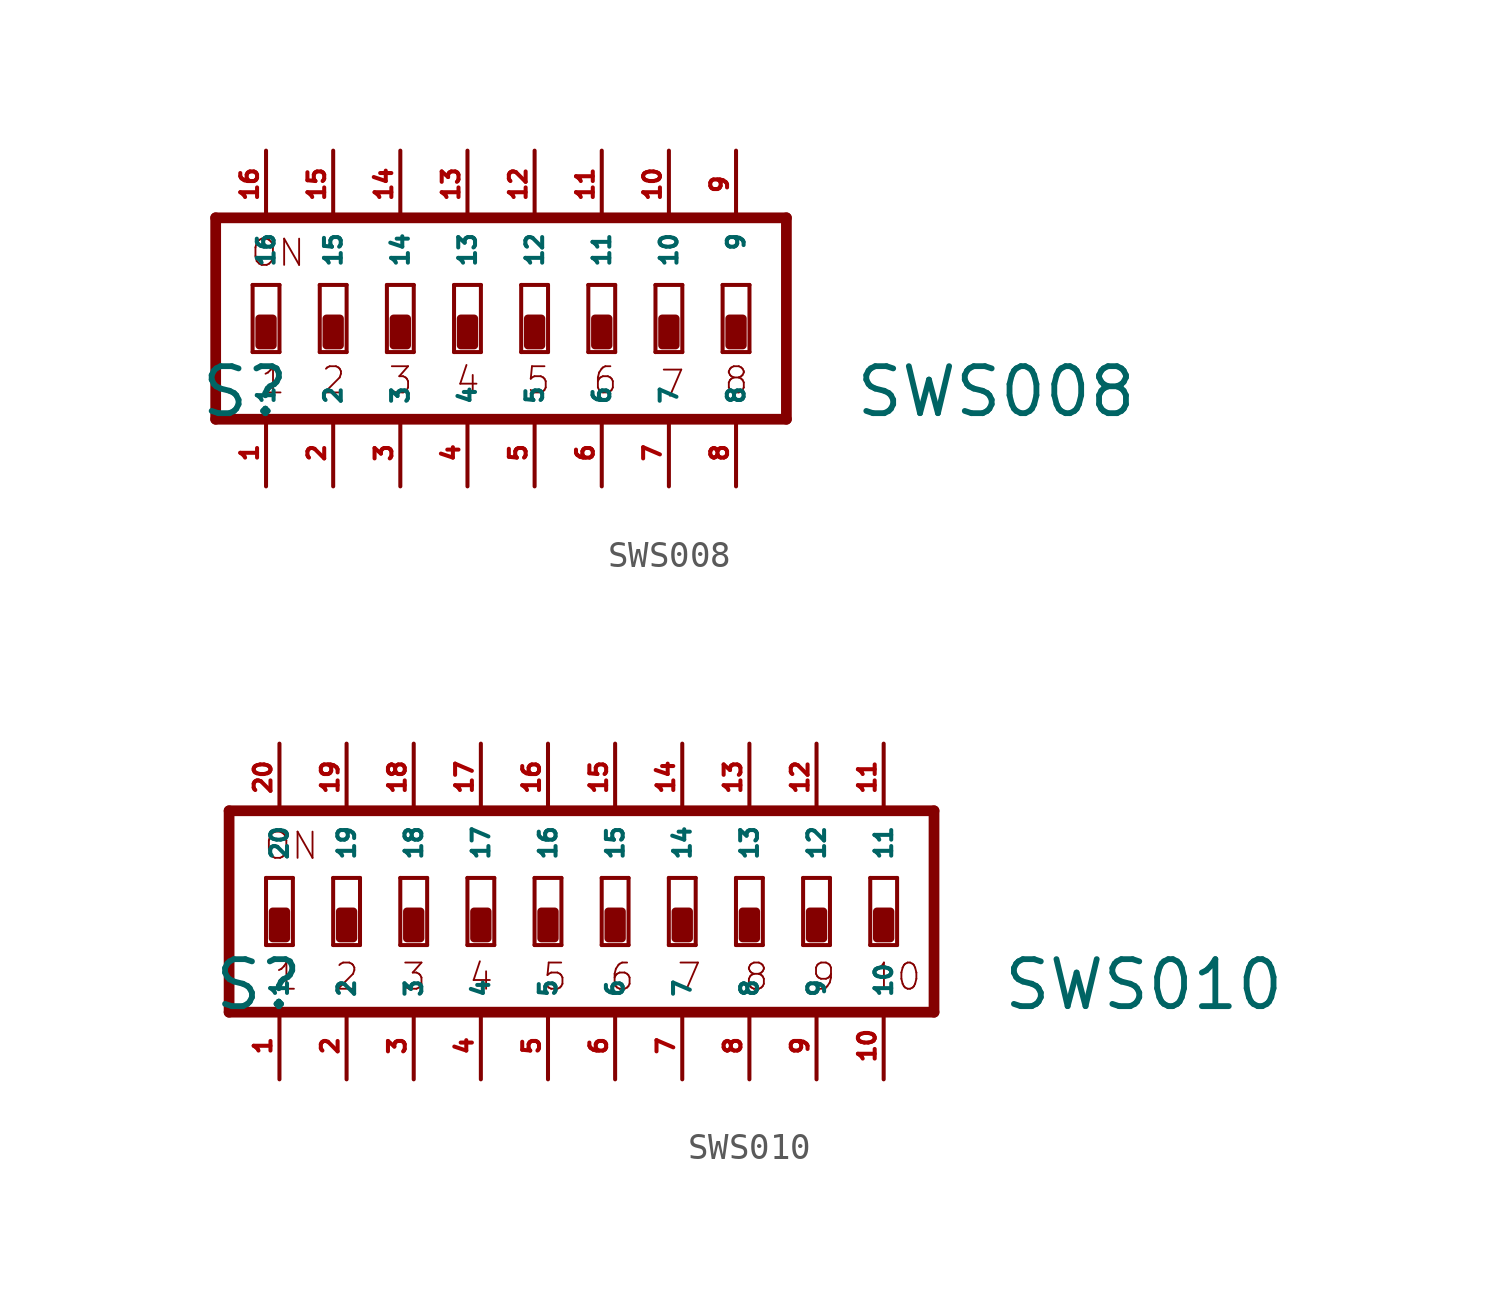
<source format=kicad_sym>
(kicad_symbol_lib
  (version 20220914)
  (generator Eagle2Kicad)
  (symbol "SWS008"
    (property "Reference" "S"
      (at -10.16 -2.54 0)
      (effects (font (size 1.778 1.778) (thickness 0.22)) (justify left bottom)))
    (property "Value" "SWS008"
      (at 14.605 -2.54 0)
      (effects (font (size 1.778 1.778) (thickness 0.22)) (justify left bottom)))
    (polyline
      (pts (xy 10.668 0) (xy 9.652 0))
      (stroke (width 0.152) (type default))
      (fill (type none)))
    (polyline
      (pts (xy 9.652 2.54) (xy 10.668 2.54))
      (stroke (width 0.152) (type default))
      (fill (type none)))
    (polyline
      (pts (xy 10.668 2.54) (xy 10.668 0))
      (stroke (width 0.152) (type default))
      (fill (type none)))
    (polyline
      (pts (xy 9.652 0) (xy 9.652 2.54))
      (stroke (width 0.152) (type default))
      (fill (type none)))
    (polyline
      (pts (xy 8.128 0) (xy 7.112 0))
      (stroke (width 0.152) (type default))
      (fill (type none)))
    (polyline
      (pts (xy 7.112 2.54) (xy 8.128 2.54))
      (stroke (width 0.152) (type default))
      (fill (type none)))
    (polyline
      (pts (xy 8.128 2.54) (xy 8.128 0))
      (stroke (width 0.152) (type default))
      (fill (type none)))
    (polyline
      (pts (xy 7.112 0) (xy 7.112 2.54))
      (stroke (width 0.152) (type default))
      (fill (type none)))
    (polyline
      (pts (xy 5.588 0) (xy 4.572 0))
      (stroke (width 0.152) (type default))
      (fill (type none)))
    (polyline
      (pts (xy 4.572 2.54) (xy 5.588 2.54))
      (stroke (width 0.152) (type default))
      (fill (type none)))
    (polyline
      (pts (xy 5.588 2.54) (xy 5.588 0))
      (stroke (width 0.152) (type default))
      (fill (type none)))
    (polyline
      (pts (xy 4.572 0) (xy 4.572 2.54))
      (stroke (width 0.152) (type default))
      (fill (type none)))
    (polyline
      (pts (xy 3.048 0) (xy 2.032 0))
      (stroke (width 0.152) (type default))
      (fill (type none)))
    (polyline
      (pts (xy 2.032 2.54) (xy 3.048 2.54))
      (stroke (width 0.152) (type default))
      (fill (type none)))
    (polyline
      (pts (xy 3.048 2.54) (xy 3.048 0))
      (stroke (width 0.152) (type default))
      (fill (type none)))
    (polyline
      (pts (xy 2.032 0) (xy 2.032 2.54))
      (stroke (width 0.152) (type default))
      (fill (type none)))
    (polyline
      (pts (xy 0.508 0) (xy -0.508 0))
      (stroke (width 0.152) (type default))
      (fill (type none)))
    (polyline
      (pts (xy -0.508 2.54) (xy 0.508 2.54))
      (stroke (width 0.152) (type default))
      (fill (type none)))
    (polyline
      (pts (xy 0.508 2.54) (xy 0.508 0))
      (stroke (width 0.152) (type default))
      (fill (type none)))
    (polyline
      (pts (xy -0.508 0) (xy -0.508 2.54))
      (stroke (width 0.152) (type default))
      (fill (type none)))
    (polyline
      (pts (xy -2.032 0) (xy -3.048 0))
      (stroke (width 0.152) (type default))
      (fill (type none)))
    (polyline
      (pts (xy -3.048 2.54) (xy -2.032 2.54))
      (stroke (width 0.152) (type default))
      (fill (type none)))
    (polyline
      (pts (xy -2.032 2.54) (xy -2.032 0))
      (stroke (width 0.152) (type default))
      (fill (type none)))
    (polyline
      (pts (xy -3.048 0) (xy -3.048 2.54))
      (stroke (width 0.152) (type default))
      (fill (type none)))
    (polyline
      (pts (xy -4.572 0) (xy -5.588 0))
      (stroke (width 0.152) (type default))
      (fill (type none)))
    (polyline
      (pts (xy -5.588 2.54) (xy -4.572 2.54))
      (stroke (width 0.152) (type default))
      (fill (type none)))
    (polyline
      (pts (xy -4.572 2.54) (xy -4.572 0))
      (stroke (width 0.152) (type default))
      (fill (type none)))
    (polyline
      (pts (xy -5.588 0) (xy -5.588 2.54))
      (stroke (width 0.152) (type default))
      (fill (type none)))
    (polyline
      (pts (xy -7.112 0) (xy -8.128 0))
      (stroke (width 0.152) (type default))
      (fill (type none)))
    (polyline
      (pts (xy -8.128 2.54) (xy -7.112 2.54))
      (stroke (width 0.152) (type default))
      (fill (type none)))
    (polyline
      (pts (xy -7.112 2.54) (xy -7.112 0))
      (stroke (width 0.152) (type default))
      (fill (type none)))
    (polyline
      (pts (xy -8.128 0) (xy -8.128 2.54))
      (stroke (width 0.152) (type default))
      (fill (type none)))
    (polyline
      (pts (xy 12.065 5.08) (xy -9.525 5.08))
      (stroke (width 0.406) (type default))
      (fill (type none)))
    (polyline
      (pts (xy -9.525 5.08) (xy -9.525 -2.54))
      (stroke (width 0.406) (type default))
      (fill (type none)))
    (polyline
      (pts (xy -9.525 -2.54) (xy 12.065 -2.54))
      (stroke (width 0.406) (type default))
      (fill (type none)))
    (polyline
      (pts (xy 12.065 -2.54) (xy 12.065 5.08))
      (stroke (width 0.406) (type default))
      (fill (type none)))
    (text "ON"
      (at -8.255 3.175 0)
      (effects (font (size 0.991 0.991) (thickness 0.07)) (justify left bottom)))
    (text "1"
      (at -7.874 -1.651 0)
      (effects (font (size 0.991 0.991) (thickness 0.07)) (justify left bottom)))
    (text "2"
      (at -5.588 -1.651 0)
      (effects (font (size 0.991 0.991) (thickness 0.07)) (justify left bottom)))
    (text "3"
      (at -3.048 -1.651 0)
      (effects (font (size 0.991 0.991) (thickness 0.07)) (justify left bottom)))
    (text "4"
      (at -0.508 -1.651 0)
      (effects (font (size 0.991 0.991) (thickness 0.07)) (justify left bottom)))
    (text "5"
      (at 2.159 -1.651 0)
      (effects (font (size 0.991 0.991) (thickness 0.07)) (justify left bottom)))
    (text "6"
      (at 4.699 -1.651 0)
      (effects (font (size 0.991 0.991) (thickness 0.07)) (justify left bottom)))
    (text "7"
      (at 7.239 -1.778 0)
      (effects (font (size 0.991 0.991) (thickness 0.07)) (justify left bottom)))
    (text "8"
      (at 9.652 -1.651 0)
      (effects (font (size 0.991 0.991) (thickness 0.07)) (justify left bottom)))
    (rectangle
      (start -7.874 0.254)
      (end -7.366 1.27)
      (stroke (width 0.3) (type default))
      (fill (type outline)))
    (rectangle
      (start -5.334 0.254)
      (end -4.826 1.27)
      (stroke (width 0.3) (type default))
      (fill (type outline)))
    (rectangle
      (start -2.794 0.254)
      (end -2.286 1.27)
      (stroke (width 0.3) (type default))
      (fill (type outline)))
    (rectangle
      (start -0.254 0.254)
      (end 0.254 1.27)
      (stroke (width 0.3) (type default))
      (fill (type outline)))
    (rectangle
      (start 2.286 0.254)
      (end 2.794 1.27)
      (stroke (width 0.3) (type default))
      (fill (type outline)))
    (rectangle
      (start 4.826 0.254)
      (end 5.334 1.27)
      (stroke (width 0.3) (type default))
      (fill (type outline)))
    (rectangle
      (start 7.366 0.254)
      (end 7.874 1.27)
      (stroke (width 0.3) (type default))
      (fill (type outline)))
    (rectangle
      (start 9.906 0.254)
      (end 10.414 1.27)
      (stroke (width 0.3) (type default))
      (fill (type outline)))
    (pin passive line
      (at 10.16 7.62 270)
      (length 2.54)
      (name "9" (effects (font (size 0.635 0.635) (thickness 0.08)) (justify left bottom)))
      (number "9" (effects (font (size 0.635 0.635) (thickness 0.08)) (justify left bottom))))
    (pin passive line
      (at 7.62 7.62 270)
      (length 2.54)
      (name "10" (effects (font (size 0.635 0.635) (thickness 0.08)) (justify left bottom)))
      (number "10" (effects (font (size 0.635 0.635) (thickness 0.08)) (justify left bottom))))
    (pin passive line
      (at 5.08 7.62 270)
      (length 2.54)
      (name "11" (effects (font (size 0.635 0.635) (thickness 0.08)) (justify left bottom)))
      (number "11" (effects (font (size 0.635 0.635) (thickness 0.08)) (justify left bottom))))
    (pin passive line
      (at 2.54 7.62 270)
      (length 2.54)
      (name "12" (effects (font (size 0.635 0.635) (thickness 0.08)) (justify left bottom)))
      (number "12" (effects (font (size 0.635 0.635) (thickness 0.08)) (justify left bottom))))
    (pin passive line
      (at 0 7.62 270)
      (length 2.54)
      (name "13" (effects (font (size 0.635 0.635) (thickness 0.08)) (justify left bottom)))
      (number "13" (effects (font (size 0.635 0.635) (thickness 0.08)) (justify left bottom))))
    (pin passive line
      (at -2.54 7.62 270)
      (length 2.54)
      (name "14" (effects (font (size 0.635 0.635) (thickness 0.08)) (justify left bottom)))
      (number "14" (effects (font (size 0.635 0.635) (thickness 0.08)) (justify left bottom))))
    (pin passive line
      (at -5.08 7.62 270)
      (length 2.54)
      (name "15" (effects (font (size 0.635 0.635) (thickness 0.08)) (justify left bottom)))
      (number "15" (effects (font (size 0.635 0.635) (thickness 0.08)) (justify left bottom))))
    (pin passive line
      (at -7.62 7.62 270)
      (length 2.54)
      (name "16" (effects (font (size 0.635 0.635) (thickness 0.08)) (justify left bottom)))
      (number "16" (effects (font (size 0.635 0.635) (thickness 0.08)) (justify left bottom))))
    (pin passive line
      (at -7.62 -5.08 90)
      (length 2.54)
      (name "1" (effects (font (size 0.635 0.635) (thickness 0.08)) (justify left bottom)))
      (number "1" (effects (font (size 0.635 0.635) (thickness 0.08)) (justify left bottom))))
    (pin passive line
      (at -5.08 -5.08 90)
      (length 2.54)
      (name "2" (effects (font (size 0.635 0.635) (thickness 0.08)) (justify left bottom)))
      (number "2" (effects (font (size 0.635 0.635) (thickness 0.08)) (justify left bottom))))
    (pin passive line
      (at -2.54 -5.08 90)
      (length 2.54)
      (name "3" (effects (font (size 0.635 0.635) (thickness 0.08)) (justify left bottom)))
      (number "3" (effects (font (size 0.635 0.635) (thickness 0.08)) (justify left bottom))))
    (pin passive line
      (at 0 -5.08 90)
      (length 2.54)
      (name "4" (effects (font (size 0.635 0.635) (thickness 0.08)) (justify left bottom)))
      (number "4" (effects (font (size 0.635 0.635) (thickness 0.08)) (justify left bottom))))
    (pin passive line
      (at 2.54 -5.08 90)
      (length 2.54)
      (name "5" (effects (font (size 0.635 0.635) (thickness 0.08)) (justify left bottom)))
      (number "5" (effects (font (size 0.635 0.635) (thickness 0.08)) (justify left bottom))))
    (pin passive line
      (at 5.08 -5.08 90)
      (length 2.54)
      (name "6" (effects (font (size 0.635 0.635) (thickness 0.08)) (justify left bottom)))
      (number "6" (effects (font (size 0.635 0.635) (thickness 0.08)) (justify left bottom))))
    (pin passive line
      (at 7.62 -5.08 90)
      (length 2.54)
      (name "7" (effects (font (size 0.635 0.635) (thickness 0.08)) (justify left bottom)))
      (number "7" (effects (font (size 0.635 0.635) (thickness 0.08)) (justify left bottom))))
    (pin passive line
      (at 10.16 -5.08 90)
      (length 2.54)
      (name "8" (effects (font (size 0.635 0.635) (thickness 0.08)) (justify left bottom)))
      (number "8" (effects (font (size 0.635 0.635) (thickness 0.08)) (justify left bottom)))))
  (symbol "SWS010"
    (property "Reference" "S"
      (at -10.16 -2.54 0)
      (effects (font (size 1.778 1.778) (thickness 0.22)) (justify left bottom)))
    (property "Value" "SWS010"
      (at 19.685 -2.54 0)
      (effects (font (size 1.778 1.778) (thickness 0.22)) (justify left bottom)))
    (polyline
      (pts (xy 10.668 0) (xy 9.652 0))
      (stroke (width 0.152) (type default))
      (fill (type none)))
    (polyline
      (pts (xy 9.652 2.54) (xy 10.668 2.54))
      (stroke (width 0.152) (type default))
      (fill (type none)))
    (polyline
      (pts (xy 10.668 2.54) (xy 10.668 0))
      (stroke (width 0.152) (type default))
      (fill (type none)))
    (polyline
      (pts (xy 9.652 0) (xy 9.652 2.54))
      (stroke (width 0.152) (type default))
      (fill (type none)))
    (polyline
      (pts (xy 8.128 0) (xy 7.112 0))
      (stroke (width 0.152) (type default))
      (fill (type none)))
    (polyline
      (pts (xy 7.112 2.54) (xy 8.128 2.54))
      (stroke (width 0.152) (type default))
      (fill (type none)))
    (polyline
      (pts (xy 8.128 2.54) (xy 8.128 0))
      (stroke (width 0.152) (type default))
      (fill (type none)))
    (polyline
      (pts (xy 7.112 0) (xy 7.112 2.54))
      (stroke (width 0.152) (type default))
      (fill (type none)))
    (polyline
      (pts (xy 5.588 0) (xy 4.572 0))
      (stroke (width 0.152) (type default))
      (fill (type none)))
    (polyline
      (pts (xy 4.572 2.54) (xy 5.588 2.54))
      (stroke (width 0.152) (type default))
      (fill (type none)))
    (polyline
      (pts (xy 5.588 2.54) (xy 5.588 0))
      (stroke (width 0.152) (type default))
      (fill (type none)))
    (polyline
      (pts (xy 4.572 0) (xy 4.572 2.54))
      (stroke (width 0.152) (type default))
      (fill (type none)))
    (polyline
      (pts (xy 3.048 0) (xy 2.032 0))
      (stroke (width 0.152) (type default))
      (fill (type none)))
    (polyline
      (pts (xy 2.032 2.54) (xy 3.048 2.54))
      (stroke (width 0.152) (type default))
      (fill (type none)))
    (polyline
      (pts (xy 3.048 2.54) (xy 3.048 0))
      (stroke (width 0.152) (type default))
      (fill (type none)))
    (polyline
      (pts (xy 2.032 0) (xy 2.032 2.54))
      (stroke (width 0.152) (type default))
      (fill (type none)))
    (polyline
      (pts (xy 0.508 0) (xy -0.508 0))
      (stroke (width 0.152) (type default))
      (fill (type none)))
    (polyline
      (pts (xy -0.508 2.54) (xy 0.508 2.54))
      (stroke (width 0.152) (type default))
      (fill (type none)))
    (polyline
      (pts (xy 0.508 2.54) (xy 0.508 0))
      (stroke (width 0.152) (type default))
      (fill (type none)))
    (polyline
      (pts (xy -0.508 0) (xy -0.508 2.54))
      (stroke (width 0.152) (type default))
      (fill (type none)))
    (polyline
      (pts (xy -2.032 0) (xy -3.048 0))
      (stroke (width 0.152) (type default))
      (fill (type none)))
    (polyline
      (pts (xy -3.048 2.54) (xy -2.032 2.54))
      (stroke (width 0.152) (type default))
      (fill (type none)))
    (polyline
      (pts (xy -2.032 2.54) (xy -2.032 0))
      (stroke (width 0.152) (type default))
      (fill (type none)))
    (polyline
      (pts (xy -3.048 0) (xy -3.048 2.54))
      (stroke (width 0.152) (type default))
      (fill (type none)))
    (polyline
      (pts (xy -4.572 0) (xy -5.588 0))
      (stroke (width 0.152) (type default))
      (fill (type none)))
    (polyline
      (pts (xy -5.588 2.54) (xy -4.572 2.54))
      (stroke (width 0.152) (type default))
      (fill (type none)))
    (polyline
      (pts (xy -4.572 2.54) (xy -4.572 0))
      (stroke (width 0.152) (type default))
      (fill (type none)))
    (polyline
      (pts (xy -5.588 0) (xy -5.588 2.54))
      (stroke (width 0.152) (type default))
      (fill (type none)))
    (polyline
      (pts (xy -7.112 0) (xy -8.128 0))
      (stroke (width 0.152) (type default))
      (fill (type none)))
    (polyline
      (pts (xy -8.128 2.54) (xy -7.112 2.54))
      (stroke (width 0.152) (type default))
      (fill (type none)))
    (polyline
      (pts (xy -7.112 2.54) (xy -7.112 0))
      (stroke (width 0.152) (type default))
      (fill (type none)))
    (polyline
      (pts (xy -8.128 0) (xy -8.128 2.54))
      (stroke (width 0.152) (type default))
      (fill (type none)))
    (polyline
      (pts (xy 17.145 5.08) (xy -9.525 5.08))
      (stroke (width 0.406) (type default))
      (fill (type none)))
    (polyline
      (pts (xy -9.525 5.08) (xy -9.525 -2.54))
      (stroke (width 0.406) (type default))
      (fill (type none)))
    (polyline
      (pts (xy -9.525 -2.54) (xy 17.145 -2.54))
      (stroke (width 0.406) (type default))
      (fill (type none)))
    (polyline
      (pts (xy 17.145 -2.54) (xy 17.145 5.08))
      (stroke (width 0.406) (type default))
      (fill (type none)))
    (polyline
      (pts (xy 15.748 0) (xy 14.732 0))
      (stroke (width 0.152) (type default))
      (fill (type none)))
    (polyline
      (pts (xy 14.732 2.54) (xy 15.748 2.54))
      (stroke (width 0.152) (type default))
      (fill (type none)))
    (polyline
      (pts (xy 15.748 2.54) (xy 15.748 0))
      (stroke (width 0.152) (type default))
      (fill (type none)))
    (polyline
      (pts (xy 14.732 0) (xy 14.732 2.54))
      (stroke (width 0.152) (type default))
      (fill (type none)))
    (polyline
      (pts (xy 13.208 0) (xy 12.192 0))
      (stroke (width 0.152) (type default))
      (fill (type none)))
    (polyline
      (pts (xy 12.192 2.54) (xy 13.208 2.54))
      (stroke (width 0.152) (type default))
      (fill (type none)))
    (polyline
      (pts (xy 13.208 2.54) (xy 13.208 0))
      (stroke (width 0.152) (type default))
      (fill (type none)))
    (polyline
      (pts (xy 12.192 0) (xy 12.192 2.54))
      (stroke (width 0.152) (type default))
      (fill (type none)))
    (text "ON"
      (at -8.255 3.175 0)
      (effects (font (size 0.991 0.991) (thickness 0.07)) (justify left bottom)))
    (text "1"
      (at -7.874 -1.778 0)
      (effects (font (size 0.991 0.991) (thickness 0.07)) (justify left bottom)))
    (text "2"
      (at -5.588 -1.778 0)
      (effects (font (size 0.991 0.991) (thickness 0.07)) (justify left bottom)))
    (text "3"
      (at -3.048 -1.778 0)
      (effects (font (size 0.991 0.991) (thickness 0.07)) (justify left bottom)))
    (text "4"
      (at -0.508 -1.778 0)
      (effects (font (size 0.991 0.991) (thickness 0.07)) (justify left bottom)))
    (text "5"
      (at 2.286 -1.778 0)
      (effects (font (size 0.991 0.991) (thickness 0.07)) (justify left bottom)))
    (text "6"
      (at 4.826 -1.778 0)
      (effects (font (size 0.991 0.991) (thickness 0.07)) (justify left bottom)))
    (text "7"
      (at 7.366 -1.778 0)
      (effects (font (size 0.991 0.991) (thickness 0.07)) (justify left bottom)))
    (text "8"
      (at 9.906 -1.778 0)
      (effects (font (size 0.991 0.991) (thickness 0.07)) (justify left bottom)))
    (text "9"
      (at 12.446 -1.778 0)
      (effects (font (size 0.991 0.991) (thickness 0.07)) (justify left bottom)))
    (text "10"
      (at 14.732 -1.778 0)
      (effects (font (size 0.991 0.991) (thickness 0.07)) (justify left bottom)))
    (rectangle
      (start -7.874 0.254)
      (end -7.366 1.27)
      (stroke (width 0.3) (type default))
      (fill (type outline)))
    (rectangle
      (start -5.334 0.254)
      (end -4.826 1.27)
      (stroke (width 0.3) (type default))
      (fill (type outline)))
    (rectangle
      (start -2.794 0.254)
      (end -2.286 1.27)
      (stroke (width 0.3) (type default))
      (fill (type outline)))
    (rectangle
      (start -0.254 0.254)
      (end 0.254 1.27)
      (stroke (width 0.3) (type default))
      (fill (type outline)))
    (rectangle
      (start 2.286 0.254)
      (end 2.794 1.27)
      (stroke (width 0.3) (type default))
      (fill (type outline)))
    (rectangle
      (start 4.826 0.254)
      (end 5.334 1.27)
      (stroke (width 0.3) (type default))
      (fill (type outline)))
    (rectangle
      (start 7.366 0.254)
      (end 7.874 1.27)
      (stroke (width 0.3) (type default))
      (fill (type outline)))
    (rectangle
      (start 9.906 0.254)
      (end 10.414 1.27)
      (stroke (width 0.3) (type default))
      (fill (type outline)))
    (rectangle
      (start 12.446 0.254)
      (end 12.954 1.27)
      (stroke (width 0.3) (type default))
      (fill (type outline)))
    (rectangle
      (start 14.986 0.254)
      (end 15.494 1.27)
      (stroke (width 0.3) (type default))
      (fill (type outline)))
    (pin passive line
      (at 10.16 7.62 270)
      (length 2.54)
      (name "13" (effects (font (size 0.635 0.635) (thickness 0.08)) (justify left bottom)))
      (number "13" (effects (font (size 0.635 0.635) (thickness 0.08)) (justify left bottom))))
    (pin passive line
      (at 7.62 7.62 270)
      (length 2.54)
      (name "14" (effects (font (size 0.635 0.635) (thickness 0.08)) (justify left bottom)))
      (number "14" (effects (font (size 0.635 0.635) (thickness 0.08)) (justify left bottom))))
    (pin passive line
      (at 5.08 7.62 270)
      (length 2.54)
      (name "15" (effects (font (size 0.635 0.635) (thickness 0.08)) (justify left bottom)))
      (number "15" (effects (font (size 0.635 0.635) (thickness 0.08)) (justify left bottom))))
    (pin passive line
      (at 2.54 7.62 270)
      (length 2.54)
      (name "16" (effects (font (size 0.635 0.635) (thickness 0.08)) (justify left bottom)))
      (number "16" (effects (font (size 0.635 0.635) (thickness 0.08)) (justify left bottom))))
    (pin passive line
      (at 0 7.62 270)
      (length 2.54)
      (name "17" (effects (font (size 0.635 0.635) (thickness 0.08)) (justify left bottom)))
      (number "17" (effects (font (size 0.635 0.635) (thickness 0.08)) (justify left bottom))))
    (pin passive line
      (at -2.54 7.62 270)
      (length 2.54)
      (name "18" (effects (font (size 0.635 0.635) (thickness 0.08)) (justify left bottom)))
      (number "18" (effects (font (size 0.635 0.635) (thickness 0.08)) (justify left bottom))))
    (pin passive line
      (at -5.08 7.62 270)
      (length 2.54)
      (name "19" (effects (font (size 0.635 0.635) (thickness 0.08)) (justify left bottom)))
      (number "19" (effects (font (size 0.635 0.635) (thickness 0.08)) (justify left bottom))))
    (pin passive line
      (at -7.62 7.62 270)
      (length 2.54)
      (name "20" (effects (font (size 0.635 0.635) (thickness 0.08)) (justify left bottom)))
      (number "20" (effects (font (size 0.635 0.635) (thickness 0.08)) (justify left bottom))))
    (pin passive line
      (at -7.62 -5.08 90)
      (length 2.54)
      (name "1" (effects (font (size 0.635 0.635) (thickness 0.08)) (justify left bottom)))
      (number "1" (effects (font (size 0.635 0.635) (thickness 0.08)) (justify left bottom))))
    (pin passive line
      (at -5.08 -5.08 90)
      (length 2.54)
      (name "2" (effects (font (size 0.635 0.635) (thickness 0.08)) (justify left bottom)))
      (number "2" (effects (font (size 0.635 0.635) (thickness 0.08)) (justify left bottom))))
    (pin passive line
      (at -2.54 -5.08 90)
      (length 2.54)
      (name "3" (effects (font (size 0.635 0.635) (thickness 0.08)) (justify left bottom)))
      (number "3" (effects (font (size 0.635 0.635) (thickness 0.08)) (justify left bottom))))
    (pin passive line
      (at 0 -5.08 90)
      (length 2.54)
      (name "4" (effects (font (size 0.635 0.635) (thickness 0.08)) (justify left bottom)))
      (number "4" (effects (font (size 0.635 0.635) (thickness 0.08)) (justify left bottom))))
    (pin passive line
      (at 2.54 -5.08 90)
      (length 2.54)
      (name "5" (effects (font (size 0.635 0.635) (thickness 0.08)) (justify left bottom)))
      (number "5" (effects (font (size 0.635 0.635) (thickness 0.08)) (justify left bottom))))
    (pin passive line
      (at 5.08 -5.08 90)
      (length 2.54)
      (name "6" (effects (font (size 0.635 0.635) (thickness 0.08)) (justify left bottom)))
      (number "6" (effects (font (size 0.635 0.635) (thickness 0.08)) (justify left bottom))))
    (pin passive line
      (at 7.62 -5.08 90)
      (length 2.54)
      (name "7" (effects (font (size 0.635 0.635) (thickness 0.08)) (justify left bottom)))
      (number "7" (effects (font (size 0.635 0.635) (thickness 0.08)) (justify left bottom))))
    (pin passive line
      (at 10.16 -5.08 90)
      (length 2.54)
      (name "8" (effects (font (size 0.635 0.635) (thickness 0.08)) (justify left bottom)))
      (number "8" (effects (font (size 0.635 0.635) (thickness 0.08)) (justify left bottom))))
    (pin passive line
      (at 15.24 7.62 270)
      (length 2.54)
      (name "11" (effects (font (size 0.635 0.635) (thickness 0.08)) (justify left bottom)))
      (number "11" (effects (font (size 0.635 0.635) (thickness 0.08)) (justify left bottom))))
    (pin passive line
      (at 12.7 7.62 270)
      (length 2.54)
      (name "12" (effects (font (size 0.635 0.635) (thickness 0.08)) (justify left bottom)))
      (number "12" (effects (font (size 0.635 0.635) (thickness 0.08)) (justify left bottom))))
    (pin passive line
      (at 12.7 -5.08 90)
      (length 2.54)
      (name "9" (effects (font (size 0.635 0.635) (thickness 0.08)) (justify left bottom)))
      (number "9" (effects (font (size 0.635 0.635) (thickness 0.08)) (justify left bottom))))
    (pin passive line
      (at 15.24 -5.08 90)
      (length 2.54)
      (name "10" (effects (font (size 0.635 0.635) (thickness 0.08)) (justify left bottom)))
      (number "10" (effects (font (size 0.635 0.635) (thickness 0.08)) (justify left bottom))))))
</source>
